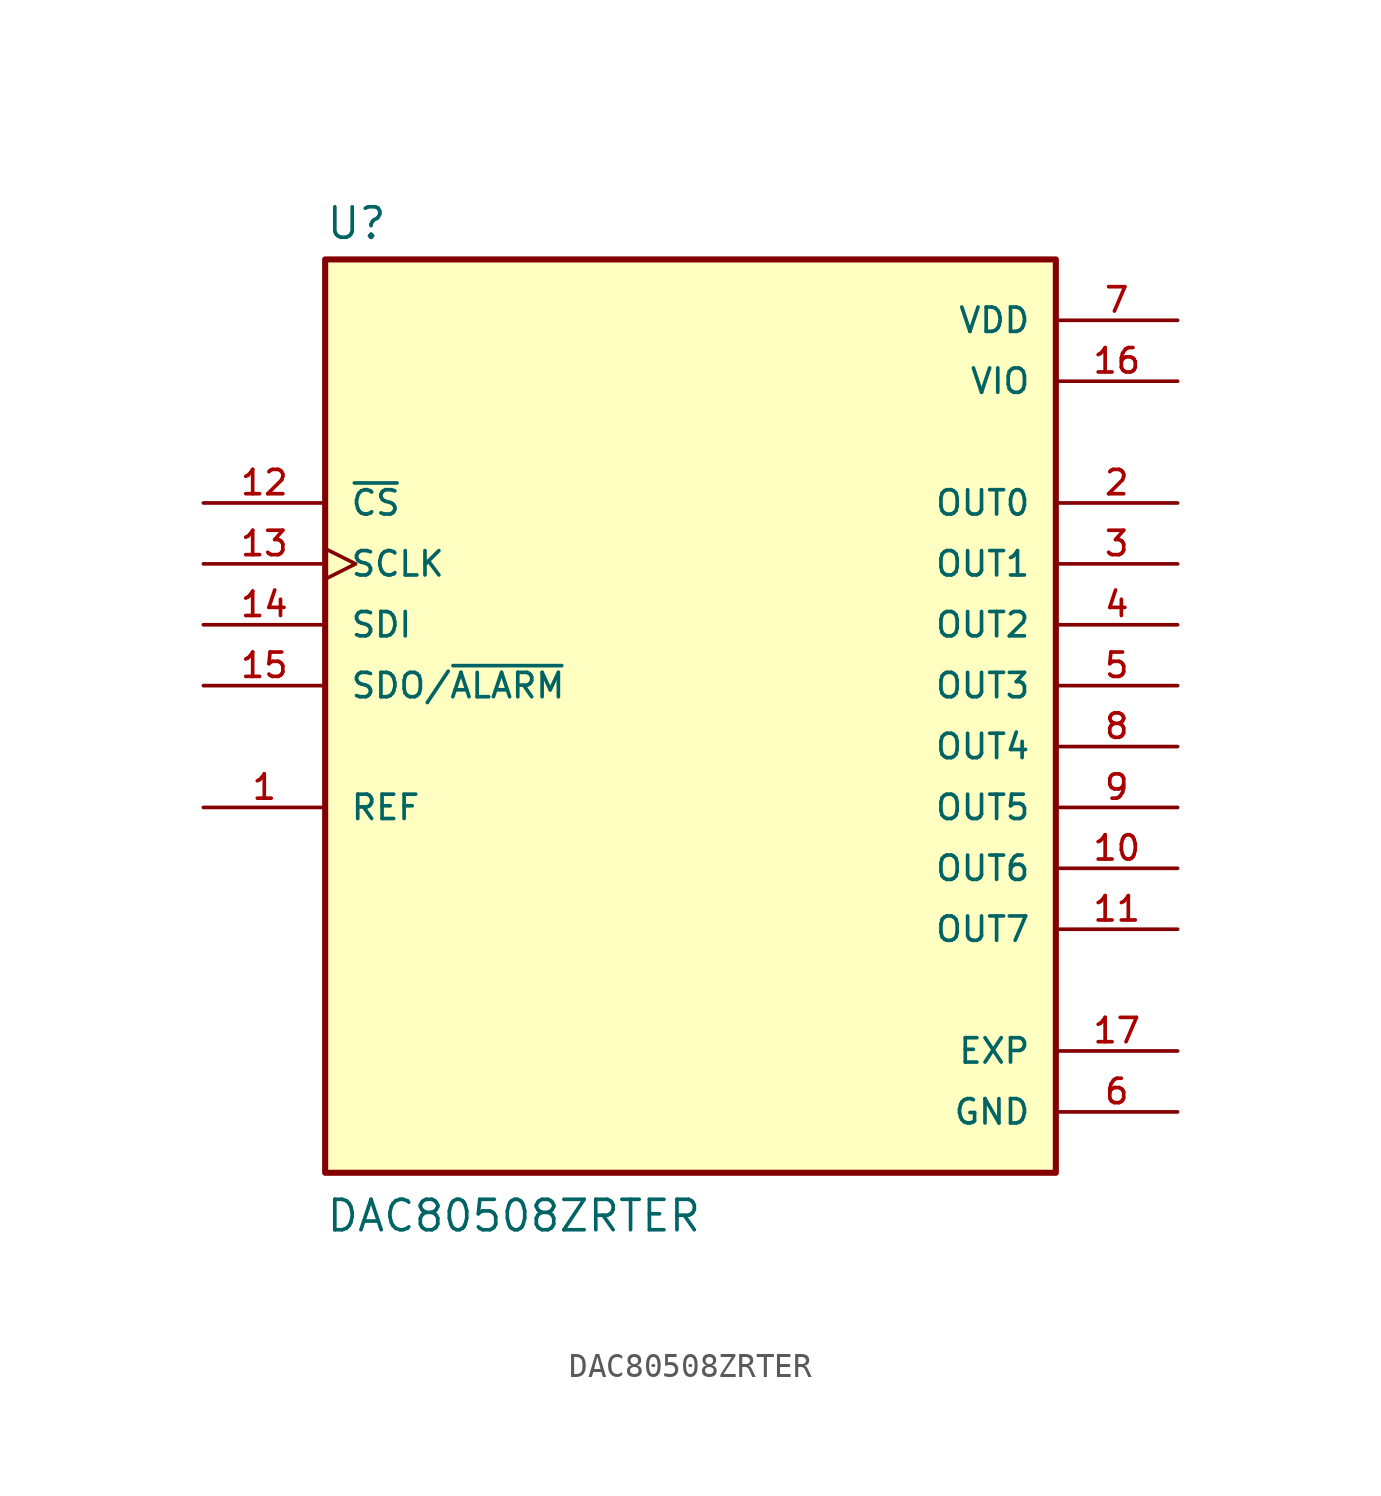
<source format=kicad_sym>
(kicad_symbol_lib
  (version 20211014)
  (generator kicad_symbol_editor)
  (symbol "DAC80508ZRTER"
    (pin_names
      (offset 1.016))
    (property "Reference" "U"
      (at -15.24 18.542 0)
      (effects (font (size 1.27 1.27)) (justify bottom left)))
    (property "Value" "DAC80508ZRTER"
      (at -15.24 -22.86 0)
      (effects (font (size 1.27 1.27)) (justify bottom left)))
    (symbol "DAC80508ZRTER_0_0"
      (rectangle (start -15.24 -20.32) (end 15.24 17.78) (stroke (width 0.254)) (fill (type background)))
      (pin bidirectional line (at -20.32 -5.08 0) (length 5.08) (name "REF" (effects (font (size 1.016 1.016)))) (number "1" (effects (font (size 1.016 1.016)))))
      (pin power_in line (at 20.32 15.24 180.0) (length 5.08) (name "VDD" (effects (font (size 1.016 1.016)))) (number "7" (effects (font (size 1.016 1.016)))))
      (pin output line (at 20.32 7.62 180.0) (length 5.08) (name "OUT0" (effects (font (size 1.016 1.016)))) (number "2" (effects (font (size 1.016 1.016)))))
      (pin power_in line (at 20.32 -17.78 180.0) (length 5.08) (name "GND" (effects (font (size 1.016 1.016)))) (number "6" (effects (font (size 1.016 1.016)))))
      (pin output line (at 20.32 5.08 180.0) (length 5.08) (name "OUT1" (effects (font (size 1.016 1.016)))) (number "3" (effects (font (size 1.016 1.016)))))
      (pin output line (at 20.32 2.54 180.0) (length 5.08) (name "OUT2" (effects (font (size 1.016 1.016)))) (number "4" (effects (font (size 1.016 1.016)))))
      (pin output line (at 20.32 0.0 180.0) (length 5.08) (name "OUT3" (effects (font (size 1.016 1.016)))) (number "5" (effects (font (size 1.016 1.016)))))
      (pin output line (at 20.32 -2.54 180.0) (length 5.08) (name "OUT4" (effects (font (size 1.016 1.016)))) (number "8" (effects (font (size 1.016 1.016)))))
      (pin output line (at 20.32 -5.08 180.0) (length 5.08) (name "OUT5" (effects (font (size 1.016 1.016)))) (number "9" (effects (font (size 1.016 1.016)))))
      (pin output line (at 20.32 -7.62 180.0) (length 5.08) (name "OUT6" (effects (font (size 1.016 1.016)))) (number "10" (effects (font (size 1.016 1.016)))))
      (pin output line (at 20.32 -10.16 180.0) (length 5.08) (name "OUT7" (effects (font (size 1.016 1.016)))) (number "11" (effects (font (size 1.016 1.016)))))
      (pin input line (at -20.32 7.62 0) (length 5.08) (name "~{CS}" (effects (font (size 1.016 1.016)))) (number "12" (effects (font (size 1.016 1.016)))))
      (pin input clock (at -20.32 5.08 0) (length 5.08) (name "SCLK" (effects (font (size 1.016 1.016)))) (number "13" (effects (font (size 1.016 1.016)))))
      (pin input line (at -20.32 2.54 0) (length 5.08) (name "SDI" (effects (font (size 1.016 1.016)))) (number "14" (effects (font (size 1.016 1.016)))))
      (pin output line (at -20.32 0.0 0) (length 5.08) (name "SDO/~{ALARM}" (effects (font (size 1.016 1.016)))) (number "15" (effects (font (size 1.016 1.016)))))
      (pin power_in line (at 20.32 12.7 180.0) (length 5.08) (name "VIO" (effects (font (size 1.016 1.016)))) (number "16" (effects (font (size 1.016 1.016)))))
      (pin power_in line (at 20.32 -15.24 180.0) (length 5.08) (name "EXP" (effects (font (size 1.016 1.016)))) (number "17" (effects (font (size 1.016 1.016))))))))
</source>
